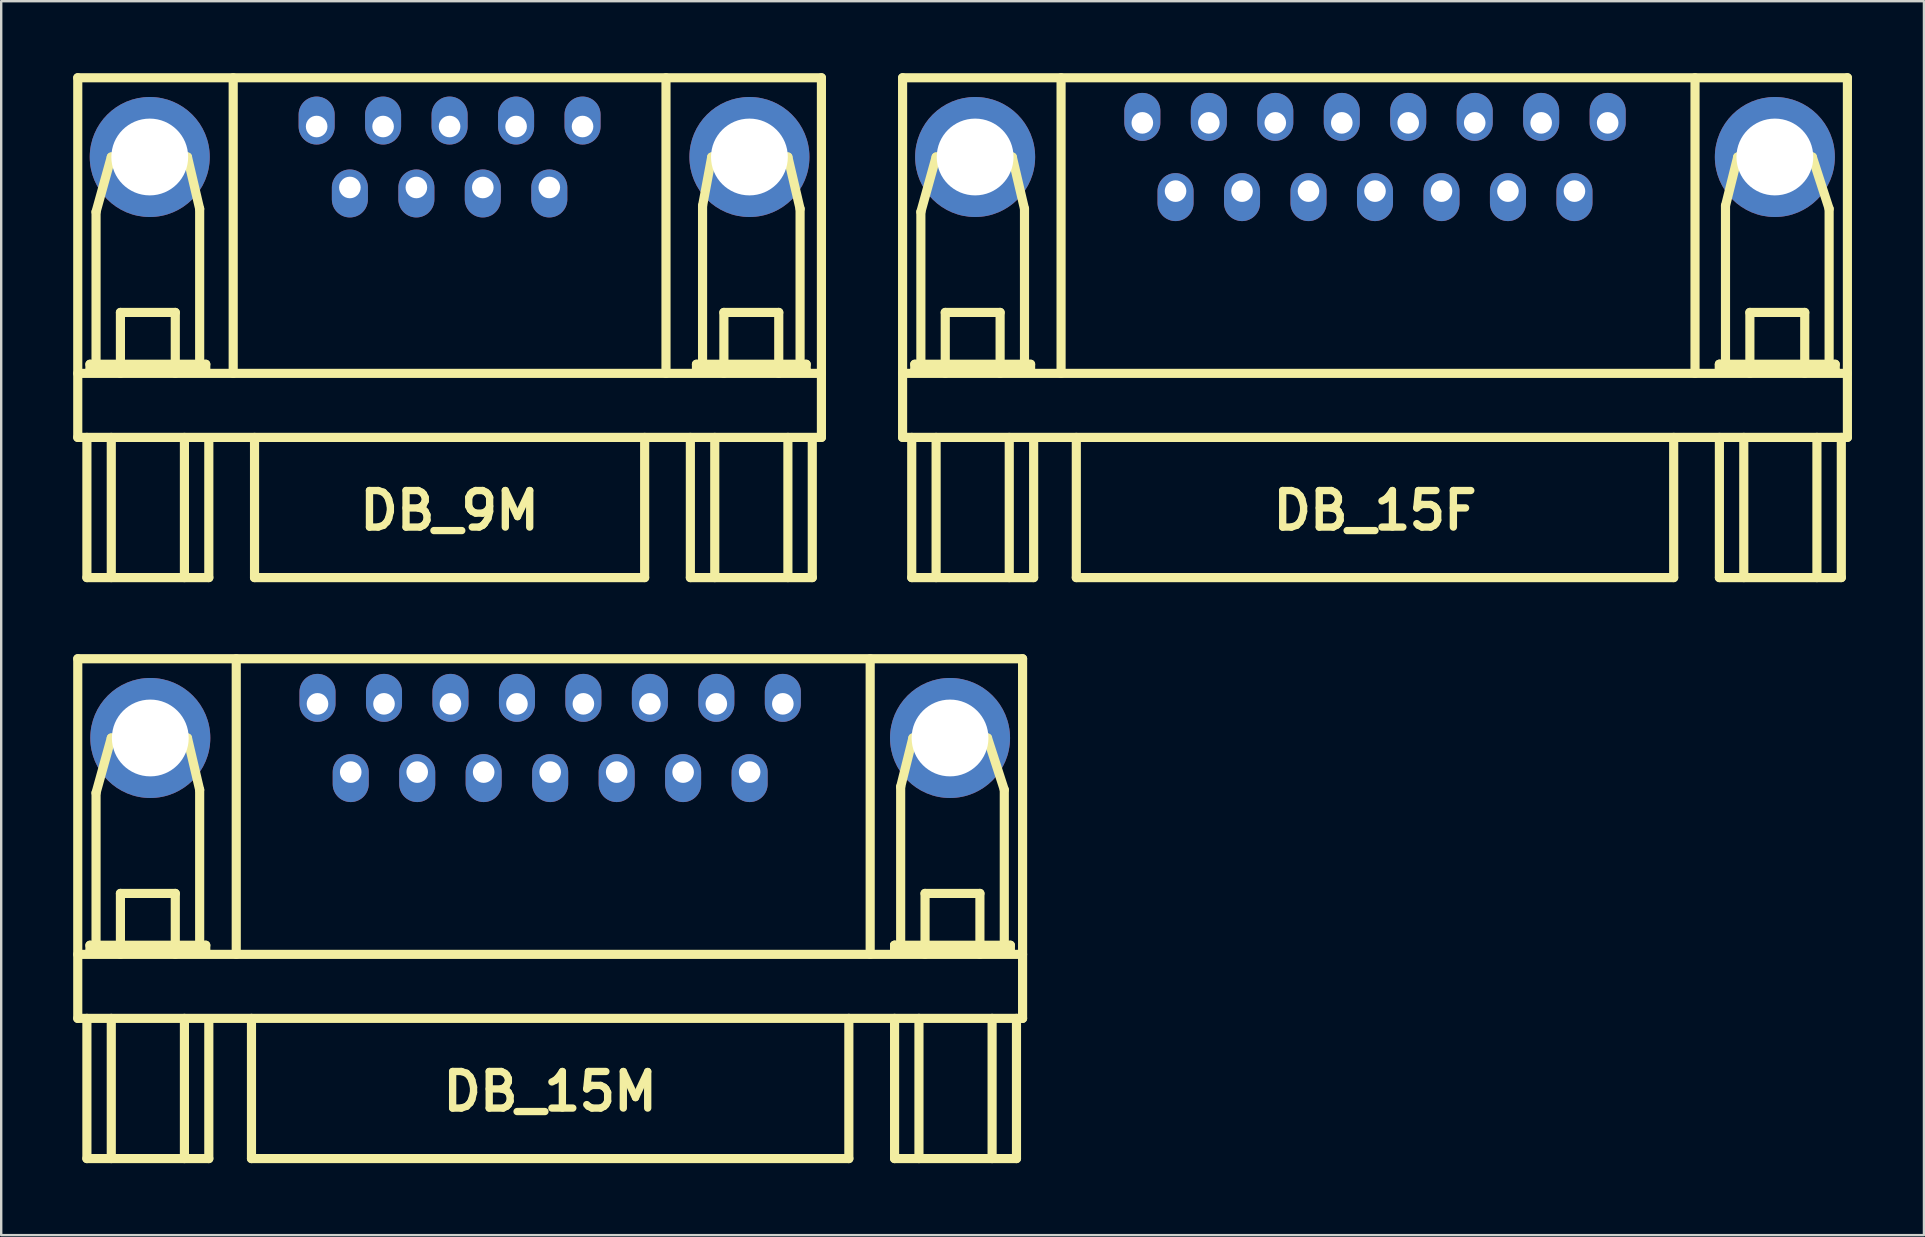
<source format=kicad_pcb>
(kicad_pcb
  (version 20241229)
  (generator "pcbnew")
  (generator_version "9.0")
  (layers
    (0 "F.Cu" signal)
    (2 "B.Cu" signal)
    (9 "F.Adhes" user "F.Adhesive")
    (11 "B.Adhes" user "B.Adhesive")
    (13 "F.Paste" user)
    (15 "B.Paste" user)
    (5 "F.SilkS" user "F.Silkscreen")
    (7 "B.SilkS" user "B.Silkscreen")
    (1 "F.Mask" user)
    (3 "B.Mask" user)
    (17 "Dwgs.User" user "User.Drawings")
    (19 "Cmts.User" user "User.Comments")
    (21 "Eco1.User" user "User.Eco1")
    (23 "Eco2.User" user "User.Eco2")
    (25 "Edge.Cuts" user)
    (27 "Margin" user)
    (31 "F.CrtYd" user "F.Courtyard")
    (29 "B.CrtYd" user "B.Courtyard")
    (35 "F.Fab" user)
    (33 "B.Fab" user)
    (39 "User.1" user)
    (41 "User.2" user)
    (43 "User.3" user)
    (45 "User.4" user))
  (footprint "DB_15M"
    (layer "F.Cu")
    (at 19.875 34.813)
    (property "Reference" "DB_15M" (at 0 7.62 0) (layer "F.SilkS") (effects (font (size 1.524 1.524) (thickness 0.305))))
    (attr through_hole)
    (fp_line (start -19.685 -10.414) (end -19.685 4.572) (stroke (width 0.381) (type solid)) (layer "F.SilkS"))
    (fp_line (start -19.685 4.572) (end 19.685 4.572) (stroke (width 0.381) (type solid)) (layer "F.SilkS"))
    (fp_line (start -19.304 4.572) (end -19.304 10.414) (stroke (width 0.381) (type solid)) (layer "F.SilkS"))
    (fp_line (start -19.304 10.414) (end -14.224 10.414) (stroke (width 0.381) (type solid)) (layer "F.SilkS"))
    (fp_line (start -19.177 1.524) (end -19.177 1.778) (stroke (width 0.381) (type solid)) (layer "F.SilkS"))
    (fp_line (start -19.177 1.778) (end -14.351 1.778) (stroke (width 0.381) (type solid)) (layer "F.SilkS"))
    (fp_line (start -18.923 -4.826) (end -18.288 -7.112) (stroke (width 0.381) (type solid)) (layer "F.SilkS"))
    (fp_line (start -18.923 1.524) (end -18.923 -4.826) (stroke (width 0.381) (type solid)) (layer "F.SilkS"))
    (fp_line (start -18.288 -7.112) (end -15.113 -7.112) (stroke (width 0.381) (type solid)) (layer "F.SilkS"))
    (fp_line (start -18.288 4.572) (end -18.288 10.414) (stroke (width 0.381) (type solid)) (layer "F.SilkS"))
    (fp_line (start -17.907 -0.635) (end -15.621 -0.635) (stroke (width 0.381) (type solid)) (layer "F.SilkS"))
    (fp_line (start -17.907 1.905) (end -17.907 -0.635) (stroke (width 0.381) (type solid)) (layer "F.SilkS"))
    (fp_line (start -15.621 -0.635) (end -15.621 1.905) (stroke (width 0.381) (type solid)) (layer "F.SilkS"))
    (fp_line (start -15.24 4.572) (end -15.24 10.414) (stroke (width 0.381) (type solid)) (layer "F.SilkS"))
    (fp_line (start -15.113 -7.112) (end -14.605 -4.953) (stroke (width 0.381) (type solid)) (layer "F.SilkS"))
    (fp_line (start -14.605 -4.953) (end -14.605 1.524) (stroke (width 0.381) (type solid)) (layer "F.SilkS"))
    (fp_line (start -14.351 1.524) (end -19.177 1.524) (stroke (width 0.381) (type solid)) (layer "F.SilkS"))
    (fp_line (start -14.351 1.778) (end -14.351 1.524) (stroke (width 0.381) (type solid)) (layer "F.SilkS"))
    (fp_line (start -14.224 10.414) (end -14.224 4.699) (stroke (width 0.381) (type solid)) (layer "F.SilkS"))
    (fp_line (start -13.081 1.905) (end -13.081 -10.414) (stroke (width 0.381) (type solid)) (layer "F.SilkS"))
    (fp_line (start -12.446 4.572) (end -12.446 10.414) (stroke (width 0.381) (type solid)) (layer "F.SilkS"))
    (fp_line (start 12.446 10.414) (end -12.446 10.414) (stroke (width 0.381) (type solid)) (layer "F.SilkS"))
    (fp_line (start 12.446 10.414) (end 12.446 4.572) (stroke (width 0.381) (type solid)) (layer "F.SilkS"))
    (fp_line (start 13.335 1.905) (end 13.335 -10.414) (stroke (width 0.381) (type solid)) (layer "F.SilkS"))
    (fp_line (start 14.351 1.524) (end 14.351 1.778) (stroke (width 0.381) (type solid)) (layer "F.SilkS"))
    (fp_line (start 14.351 1.524) (end 14.351 1.778) (stroke (width 0.381) (type solid)) (layer "F.SilkS"))
    (fp_line (start 14.351 1.778) (end 19.177 1.778) (stroke (width 0.381) (type solid)) (layer "F.SilkS"))
    (fp_line (start 14.351 4.572) (end 14.351 10.414) (stroke (width 0.381) (type solid)) (layer "F.SilkS"))
    (fp_line (start 14.351 10.414) (end 19.431 10.414) (stroke (width 0.381) (type solid)) (layer "F.SilkS"))
    (fp_line (start 14.605 1.524) (end 14.605 -5.08) (stroke (width 0.381) (type solid)) (layer "F.SilkS"))
    (fp_line (start 15.113 -7.112) (end 14.605 -5.08) (stroke (width 0.381) (type solid)) (layer "F.SilkS"))
    (fp_line (start 15.367 4.572) (end 15.367 10.414) (stroke (width 0.381) (type solid)) (layer "F.SilkS"))
    (fp_line (start 15.621 -0.635) (end 17.907 -0.635) (stroke (width 0.381) (type solid)) (layer "F.SilkS"))
    (fp_line (start 15.621 1.905) (end 15.621 -0.635) (stroke (width 0.381) (type solid)) (layer "F.SilkS"))
    (fp_line (start 17.907 -0.635) (end 17.907 1.905) (stroke (width 0.381) (type solid)) (layer "F.SilkS"))
    (fp_line (start 18.224 -7.112) (end 15.113 -7.112) (stroke (width 0.381) (type solid)) (layer "F.SilkS"))
    (fp_line (start 18.415 4.572) (end 18.415 10.414) (stroke (width 0.381) (type solid)) (layer "F.SilkS"))
    (fp_line (start 18.923 -4.953) (end 18.224 -7.112) (stroke (width 0.381) (type solid)) (layer "F.SilkS"))
    (fp_line (start 18.923 -4.953) (end 18.923 1.524) (stroke (width 0.381) (type solid)) (layer "F.SilkS"))
    (fp_line (start 19.177 1.524) (end 14.351 1.524) (stroke (width 0.381) (type solid)) (layer "F.SilkS"))
    (fp_line (start 19.177 1.778) (end 19.177 1.524) (stroke (width 0.381) (type solid)) (layer "F.SilkS"))
    (fp_line (start 19.431 4.572) (end 19.431 10.414) (stroke (width 0.381) (type solid)) (layer "F.SilkS"))
    (fp_line (start 19.685 -10.414) (end -19.685 -10.414) (stroke (width 0.381) (type solid)) (layer "F.SilkS"))
    (fp_line (start 19.685 1.905) (end -19.685 1.905) (stroke (width 0.381) (type solid)) (layer "F.SilkS"))
    (fp_line (start 19.685 4.572) (end 19.685 -10.414) (stroke (width 0.381) (type solid)) (layer "F.SilkS"))
    (pad "" thru_hole circle (at -16.662 -7.112) (size 5.001 5.001) (drill 3.2) (layers "*.Cu" "*.Mask"))
    (pad "" thru_hole circle (at 16.662 -7.112) (size 5.001 5.001) (drill 3.2) (layers "*.Cu" "*.Mask"))
    (pad "1" thru_hole oval (at -9.695 -8.534) (size 1.501 1.999) (drill 0.899 (offset 0 -0.249)) (layers "*.Cu" "*.Mask"))
    (pad "2" thru_hole oval (at -6.924 -8.534) (size 1.501 1.999) (drill 0.899 (offset 0 -0.249)) (layers "*.Cu" "*.Mask"))
    (pad "3" thru_hole oval (at -4.155 -8.534) (size 1.501 1.999) (drill 0.899 (offset 0 -0.249)) (layers "*.Cu" "*.Mask"))
    (pad "4" thru_hole oval (at -1.384 -8.534) (size 1.501 1.999) (drill 0.899 (offset 0 -0.249)) (layers "*.Cu" "*.Mask"))
    (pad "5" thru_hole oval (at 1.384 -8.534) (size 1.501 1.999) (drill 0.899 (offset 0 -0.249)) (layers "*.Cu" "*.Mask"))
    (pad "6" thru_hole oval (at 4.155 -8.534) (size 1.501 1.999) (drill 0.899 (offset 0 -0.249)) (layers "*.Cu" "*.Mask"))
    (pad "7" thru_hole oval (at 6.924 -8.534) (size 1.501 1.999) (drill 0.899 (offset 0 -0.249)) (layers "*.Cu" "*.Mask"))
    (pad "8" thru_hole oval (at 9.695 -8.534) (size 1.501 1.999) (drill 0.899 (offset 0 -0.249)) (layers "*.Cu" "*.Mask"))
    (pad "9" thru_hole oval (at -8.311 -5.69) (size 1.501 1.999) (drill 0.899 (offset 0 0.249)) (layers "*.Cu" "*.Mask"))
    (pad "10" thru_hole oval (at -5.54 -5.69) (size 1.501 1.999) (drill 0.899 (offset 0 0.249)) (layers "*.Cu" "*.Mask"))
    (pad "11" thru_hole oval (at -2.771 -5.69) (size 1.501 1.999) (drill 0.899 (offset 0 0.249)) (layers "*.Cu" "*.Mask"))
    (pad "12" thru_hole oval (at 0 -5.69) (size 1.501 1.999) (drill 0.899 (offset 0 0.249)) (layers "*.Cu" "*.Mask"))
    (pad "13" thru_hole oval (at 2.771 -5.69) (size 1.501 1.999) (drill 0.899 (offset 0 0.249)) (layers "*.Cu" "*.Mask"))
    (pad "14" thru_hole oval (at 5.54 -5.69) (size 1.501 1.999) (drill 0.899 (offset 0 0.249)) (layers "*.Cu" "*.Mask"))
    (pad "15" thru_hole oval (at 8.311 -5.69) (size 1.501 1.999) (drill 0.899 (offset 0 0.249)) (layers "*.Cu" "*.Mask")))
  (footprint "DB_9M"
    (layer "F.Cu")
    (at 15.684 10.604)
    (property "Reference" "DB_9M" (at 0 7.62 0) (layer "F.SilkS") (effects (font (size 1.524 1.524) (thickness 0.305))))
    (attr through_hole)
    (fp_line (start -15.494 -10.414) (end -15.494 4.572) (stroke (width 0.381) (type solid)) (layer "F.SilkS"))
    (fp_line (start -15.494 1.905) (end 15.494 1.905) (stroke (width 0.381) (type solid)) (layer "F.SilkS"))
    (fp_line (start -15.494 4.572) (end 15.494 4.572) (stroke (width 0.381) (type solid)) (layer "F.SilkS"))
    (fp_line (start -15.113 4.572) (end -15.113 10.414) (stroke (width 0.381) (type solid)) (layer "F.SilkS"))
    (fp_line (start -15.113 10.414) (end -10.033 10.414) (stroke (width 0.381) (type solid)) (layer "F.SilkS"))
    (fp_line (start -14.986 1.524) (end -14.986 1.778) (stroke (width 0.381) (type solid)) (layer "F.SilkS"))
    (fp_line (start -14.986 1.778) (end -10.16 1.778) (stroke (width 0.381) (type solid)) (layer "F.SilkS"))
    (fp_line (start -14.732 -4.826) (end -14.097 -7.112) (stroke (width 0.381) (type solid)) (layer "F.SilkS"))
    (fp_line (start -14.732 1.524) (end -14.732 -4.826) (stroke (width 0.381) (type solid)) (layer "F.SilkS"))
    (fp_line (start -14.097 -7.112) (end -10.922 -7.112) (stroke (width 0.381) (type solid)) (layer "F.SilkS"))
    (fp_line (start -14.097 4.572) (end -14.097 10.414) (stroke (width 0.381) (type solid)) (layer "F.SilkS"))
    (fp_line (start -13.716 -0.635) (end -11.43 -0.635) (stroke (width 0.381) (type solid)) (layer "F.SilkS"))
    (fp_line (start -13.716 1.905) (end -13.716 -0.635) (stroke (width 0.381) (type solid)) (layer "F.SilkS"))
    (fp_line (start -11.43 -0.635) (end -11.43 1.905) (stroke (width 0.381) (type solid)) (layer "F.SilkS"))
    (fp_line (start -11.049 4.572) (end -11.049 10.414) (stroke (width 0.381) (type solid)) (layer "F.SilkS"))
    (fp_line (start -10.922 -7.112) (end -10.414 -4.953) (stroke (width 0.381) (type solid)) (layer "F.SilkS"))
    (fp_line (start -10.414 -4.953) (end -10.414 1.524) (stroke (width 0.381) (type solid)) (layer "F.SilkS"))
    (fp_line (start -10.16 1.524) (end -14.986 1.524) (stroke (width 0.381) (type solid)) (layer "F.SilkS"))
    (fp_line (start -10.16 1.778) (end -10.16 1.524) (stroke (width 0.381) (type solid)) (layer "F.SilkS"))
    (fp_line (start -10.033 10.414) (end -10.033 4.699) (stroke (width 0.381) (type solid)) (layer "F.SilkS"))
    (fp_line (start -9.017 1.905) (end -9.017 -10.414) (stroke (width 0.381) (type solid)) (layer "F.SilkS"))
    (fp_line (start -8.128 4.572) (end -8.128 10.414) (stroke (width 0.381) (type solid)) (layer "F.SilkS"))
    (fp_line (start -8.128 10.414) (end 8.128 10.414) (stroke (width 0.381) (type solid)) (layer "F.SilkS"))
    (fp_line (start 8.128 10.414) (end 8.128 4.572) (stroke (width 0.381) (type solid)) (layer "F.SilkS"))
    (fp_line (start 9.017 1.905) (end 9.017 -10.414) (stroke (width 0.381) (type solid)) (layer "F.SilkS"))
    (fp_line (start 10.033 4.572) (end 10.033 10.414) (stroke (width 0.381) (type solid)) (layer "F.SilkS"))
    (fp_line (start 10.033 10.414) (end 15.113 10.414) (stroke (width 0.381) (type solid)) (layer "F.SilkS"))
    (fp_line (start 10.287 1.524) (end 10.287 1.778) (stroke (width 0.381) (type solid)) (layer "F.SilkS"))
    (fp_line (start 10.287 1.778) (end 14.859 1.778) (stroke (width 0.381) (type solid)) (layer "F.SilkS"))
    (fp_line (start 10.541 -5.08) (end 10.922 -7.112) (stroke (width 0.381) (type solid)) (layer "F.SilkS"))
    (fp_line (start 10.541 1.524) (end 10.541 -5.08) (stroke (width 0.381) (type solid)) (layer "F.SilkS"))
    (fp_line (start 10.922 -7.112) (end 14.097 -7.112) (stroke (width 0.381) (type solid)) (layer "F.SilkS"))
    (fp_line (start 11.049 4.572) (end 11.049 10.414) (stroke (width 0.381) (type solid)) (layer "F.SilkS"))
    (fp_line (start 11.43 -0.635) (end 13.716 -0.635) (stroke (width 0.381) (type solid)) (layer "F.SilkS"))
    (fp_line (start 11.43 1.905) (end 11.43 -0.635) (stroke (width 0.381) (type solid)) (layer "F.SilkS"))
    (fp_line (start 13.716 -0.635) (end 13.716 1.905) (stroke (width 0.381) (type solid)) (layer "F.SilkS"))
    (fp_line (start 14.097 -7.112) (end 14.605 -4.953) (stroke (width 0.381) (type solid)) (layer "F.SilkS"))
    (fp_line (start 14.097 4.572) (end 14.097 10.414) (stroke (width 0.381) (type solid)) (layer "F.SilkS"))
    (fp_line (start 14.605 -4.953) (end 14.605 1.524) (stroke (width 0.381) (type solid)) (layer "F.SilkS"))
    (fp_line (start 14.859 1.524) (end 10.287 1.524) (stroke (width 0.381) (type solid)) (layer "F.SilkS"))
    (fp_line (start 14.859 1.778) (end 14.859 1.524) (stroke (width 0.381) (type solid)) (layer "F.SilkS"))
    (fp_line (start 15.113 10.414) (end 15.113 4.699) (stroke (width 0.381) (type solid)) (layer "F.SilkS"))
    (fp_line (start 15.494 -10.414) (end -15.494 -10.414) (stroke (width 0.381) (type solid)) (layer "F.SilkS"))
    (fp_line (start 15.494 4.572) (end 15.494 -10.414) (stroke (width 0.381) (type solid)) (layer "F.SilkS"))
    (pad "" thru_hole circle (at -12.494 -7.112) (size 5.001 5.001) (drill 3.2) (layers "*.Cu" "*.Mask"))
    (pad "" thru_hole circle (at 12.494 -7.112) (size 5.001 5.001) (drill 3.2) (layers "*.Cu" "*.Mask"))
    (pad "1" thru_hole oval (at -5.54 -8.382) (size 1.501 1.999) (drill 0.899 (offset 0 -0.249)) (layers "*.Cu" "*.Mask"))
    (pad "2" thru_hole oval (at -2.771 -8.382) (size 1.501 1.999) (drill 0.899 (offset 0 -0.249)) (layers "*.Cu" "*.Mask"))
    (pad "3" thru_hole oval (at 0 -8.382) (size 1.501 1.999) (drill 0.899 (offset 0 -0.249)) (layers "*.Cu" "*.Mask"))
    (pad "4" thru_hole oval (at 2.771 -8.382) (size 1.501 1.999) (drill 0.899 (offset 0 -0.249)) (layers "*.Cu" "*.Mask"))
    (pad "5" thru_hole oval (at 5.54 -8.382) (size 1.501 1.999) (drill 0.899 (offset 0 -0.249)) (layers "*.Cu" "*.Mask"))
    (pad "6" thru_hole oval (at -4.155 -5.842) (size 1.501 1.999) (drill 0.899 (offset 0 0.249)) (layers "*.Cu" "*.Mask"))
    (pad "7" thru_hole oval (at -1.384 -5.842) (size 1.501 1.999) (drill 0.899 (offset 0 0.249)) (layers "*.Cu" "*.Mask"))
    (pad "8" thru_hole oval (at 1.384 -5.842) (size 1.501 1.999) (drill 0.899 (offset 0 0.249)) (layers "*.Cu" "*.Mask"))
    (pad "9" thru_hole oval (at 4.155 -5.842) (size 1.501 1.999) (drill 0.899 (offset 0 0.249)) (layers "*.Cu" "*.Mask")))
  (footprint "DB_15F"
    (layer "F.Cu")
    (at 54.245 10.604)
    (property "Reference" "DB_15F" (at 0 7.62 0) (layer "F.SilkS") (effects (font (size 1.524 1.524) (thickness 0.305))))
    (attr through_hole)
    (fp_line (start -19.685 -10.414) (end -19.685 4.572) (stroke (width 0.381) (type solid)) (layer "F.SilkS"))
    (fp_line (start -19.685 4.572) (end 19.685 4.572) (stroke (width 0.381) (type solid)) (layer "F.SilkS"))
    (fp_line (start -19.304 4.572) (end -19.304 10.414) (stroke (width 0.381) (type solid)) (layer "F.SilkS"))
    (fp_line (start -19.304 10.414) (end -14.224 10.414) (stroke (width 0.381) (type solid)) (layer "F.SilkS"))
    (fp_line (start -19.177 1.524) (end -19.177 1.778) (stroke (width 0.381) (type solid)) (layer "F.SilkS"))
    (fp_line (start -19.177 1.778) (end -14.351 1.778) (stroke (width 0.381) (type solid)) (layer "F.SilkS"))
    (fp_line (start -18.923 -4.826) (end -18.288 -7.112) (stroke (width 0.381) (type solid)) (layer "F.SilkS"))
    (fp_line (start -18.923 1.524) (end -18.923 -4.826) (stroke (width 0.381) (type solid)) (layer "F.SilkS"))
    (fp_line (start -18.288 -7.112) (end -15.113 -7.112) (stroke (width 0.381) (type solid)) (layer "F.SilkS"))
    (fp_line (start -18.288 4.572) (end -18.288 10.414) (stroke (width 0.381) (type solid)) (layer "F.SilkS"))
    (fp_line (start -17.907 -0.635) (end -15.621 -0.635) (stroke (width 0.381) (type solid)) (layer "F.SilkS"))
    (fp_line (start -17.907 1.905) (end -17.907 -0.635) (stroke (width 0.381) (type solid)) (layer "F.SilkS"))
    (fp_line (start -15.621 -0.635) (end -15.621 1.905) (stroke (width 0.381) (type solid)) (layer "F.SilkS"))
    (fp_line (start -15.24 4.572) (end -15.24 10.414) (stroke (width 0.381) (type solid)) (layer "F.SilkS"))
    (fp_line (start -15.113 -7.112) (end -14.605 -4.953) (stroke (width 0.381) (type solid)) (layer "F.SilkS"))
    (fp_line (start -14.605 -4.953) (end -14.605 1.524) (stroke (width 0.381) (type solid)) (layer "F.SilkS"))
    (fp_line (start -14.351 1.524) (end -19.177 1.524) (stroke (width 0.381) (type solid)) (layer "F.SilkS"))
    (fp_line (start -14.351 1.778) (end -14.351 1.524) (stroke (width 0.381) (type solid)) (layer "F.SilkS"))
    (fp_line (start -14.224 10.414) (end -14.224 4.699) (stroke (width 0.381) (type solid)) (layer "F.SilkS"))
    (fp_line (start -13.081 1.905) (end -13.081 -10.414) (stroke (width 0.381) (type solid)) (layer "F.SilkS"))
    (fp_line (start -12.446 4.572) (end -12.446 10.414) (stroke (width 0.381) (type solid)) (layer "F.SilkS"))
    (fp_line (start 12.446 10.414) (end -12.446 10.414) (stroke (width 0.381) (type solid)) (layer "F.SilkS"))
    (fp_line (start 12.446 10.414) (end 12.446 4.572) (stroke (width 0.381) (type solid)) (layer "F.SilkS"))
    (fp_line (start 13.335 1.905) (end 13.335 -10.414) (stroke (width 0.381) (type solid)) (layer "F.SilkS"))
    (fp_line (start 14.351 1.524) (end 14.351 1.778) (stroke (width 0.381) (type solid)) (layer "F.SilkS"))
    (fp_line (start 14.351 1.524) (end 14.351 1.778) (stroke (width 0.381) (type solid)) (layer "F.SilkS"))
    (fp_line (start 14.351 1.778) (end 19.177 1.778) (stroke (width 0.381) (type solid)) (layer "F.SilkS"))
    (fp_line (start 14.351 4.572) (end 14.351 10.414) (stroke (width 0.381) (type solid)) (layer "F.SilkS"))
    (fp_line (start 14.351 10.414) (end 19.431 10.414) (stroke (width 0.381) (type solid)) (layer "F.SilkS"))
    (fp_line (start 14.605 1.524) (end 14.605 -5.08) (stroke (width 0.381) (type solid)) (layer "F.SilkS"))
    (fp_line (start 15.113 -7.112) (end 14.605 -5.08) (stroke (width 0.381) (type solid)) (layer "F.SilkS"))
    (fp_line (start 15.367 4.572) (end 15.367 10.414) (stroke (width 0.381) (type solid)) (layer "F.SilkS"))
    (fp_line (start 15.621 -0.635) (end 17.907 -0.635) (stroke (width 0.381) (type solid)) (layer "F.SilkS"))
    (fp_line (start 15.621 1.905) (end 15.621 -0.635) (stroke (width 0.381) (type solid)) (layer "F.SilkS"))
    (fp_line (start 17.907 -0.635) (end 17.907 1.905) (stroke (width 0.381) (type solid)) (layer "F.SilkS"))
    (fp_line (start 18.224 -7.112) (end 15.113 -7.112) (stroke (width 0.381) (type solid)) (layer "F.SilkS"))
    (fp_line (start 18.415 4.572) (end 18.415 10.414) (stroke (width 0.381) (type solid)) (layer "F.SilkS"))
    (fp_line (start 18.923 -4.953) (end 18.224 -7.112) (stroke (width 0.381) (type solid)) (layer "F.SilkS"))
    (fp_line (start 18.923 -4.953) (end 18.923 1.524) (stroke (width 0.381) (type solid)) (layer "F.SilkS"))
    (fp_line (start 19.177 1.524) (end 14.351 1.524) (stroke (width 0.381) (type solid)) (layer "F.SilkS"))
    (fp_line (start 19.177 1.778) (end 19.177 1.524) (stroke (width 0.381) (type solid)) (layer "F.SilkS"))
    (fp_line (start 19.431 4.572) (end 19.431 10.414) (stroke (width 0.381) (type solid)) (layer "F.SilkS"))
    (fp_line (start 19.685 -10.414) (end -19.685 -10.414) (stroke (width 0.381) (type solid)) (layer "F.SilkS"))
    (fp_line (start 19.685 1.905) (end -19.685 1.905) (stroke (width 0.381) (type solid)) (layer "F.SilkS"))
    (fp_line (start 19.685 4.572) (end 19.685 -10.414) (stroke (width 0.381) (type solid)) (layer "F.SilkS"))
    (pad "" thru_hole circle (at -16.662 -7.112) (size 5.001 5.001) (drill 3.2) (layers "*.Cu" "*.Mask"))
    (pad "" thru_hole circle (at 16.662 -7.112) (size 5.001 5.001) (drill 3.2) (layers "*.Cu" "*.Mask"))
    (pad "1" thru_hole oval (at 9.695 -8.534) (size 1.501 1.999) (drill 0.899 (offset 0 -0.249)) (layers "*.Cu" "*.Mask"))
    (pad "2" thru_hole oval (at 6.924 -8.534) (size 1.501 1.999) (drill 0.899 (offset 0 -0.249)) (layers "*.Cu" "*.Mask"))
    (pad "3" thru_hole oval (at 4.155 -8.534) (size 1.501 1.999) (drill 0.899 (offset 0 -0.249)) (layers "*.Cu" "*.Mask"))
    (pad "4" thru_hole oval (at 1.384 -8.534) (size 1.501 1.999) (drill 0.899 (offset 0 -0.249)) (layers "*.Cu" "*.Mask"))
    (pad "5" thru_hole oval (at -1.384 -8.534) (size 1.501 1.999) (drill 0.899 (offset 0 -0.249)) (layers "*.Cu" "*.Mask"))
    (pad "6" thru_hole oval (at -4.155 -8.534) (size 1.501 1.999) (drill 0.899 (offset 0 -0.249)) (layers "*.Cu" "*.Mask"))
    (pad "7" thru_hole oval (at -6.924 -8.534) (size 1.501 1.999) (drill 0.899 (offset 0 -0.249)) (layers "*.Cu" "*.Mask"))
    (pad "8" thru_hole oval (at -9.695 -8.534) (size 1.501 1.999) (drill 0.899 (offset 0 -0.249)) (layers "*.Cu" "*.Mask"))
    (pad "9" thru_hole oval (at 8.311 -5.69) (size 1.501 1.999) (drill 0.899 (offset 0 0.249)) (layers "*.Cu" "*.Mask"))
    (pad "10" thru_hole oval (at 5.54 -5.69) (size 1.501 1.999) (drill 0.899 (offset 0 0.249)) (layers "*.Cu" "*.Mask"))
    (pad "11" thru_hole oval (at 2.771 -5.69) (size 1.501 1.999) (drill 0.899 (offset 0 0.249)) (layers "*.Cu" "*.Mask"))
    (pad "12" thru_hole oval (at 0 -5.69) (size 1.501 1.999) (drill 0.899 (offset 0 0.249)) (layers "*.Cu" "*.Mask"))
    (pad "13" thru_hole oval (at -2.771 -5.69) (size 1.501 1.999) (drill 0.899 (offset 0 0.249)) (layers "*.Cu" "*.Mask"))
    (pad "14" thru_hole oval (at -5.54 -5.69) (size 1.501 1.999) (drill 0.899 (offset 0 0.249)) (layers "*.Cu" "*.Mask"))
    (pad "15" thru_hole oval (at -8.311 -5.69) (size 1.501 1.999) (drill 0.899 (offset 0 0.249)) (layers "*.Cu" "*.Mask")))
  (gr_rect
    (start -3 -3)
    (end 77.12 48.418)
    (stroke (width 0.1) (type default))
    (fill no)
    (layer "Edge.Cuts")))
</source>
